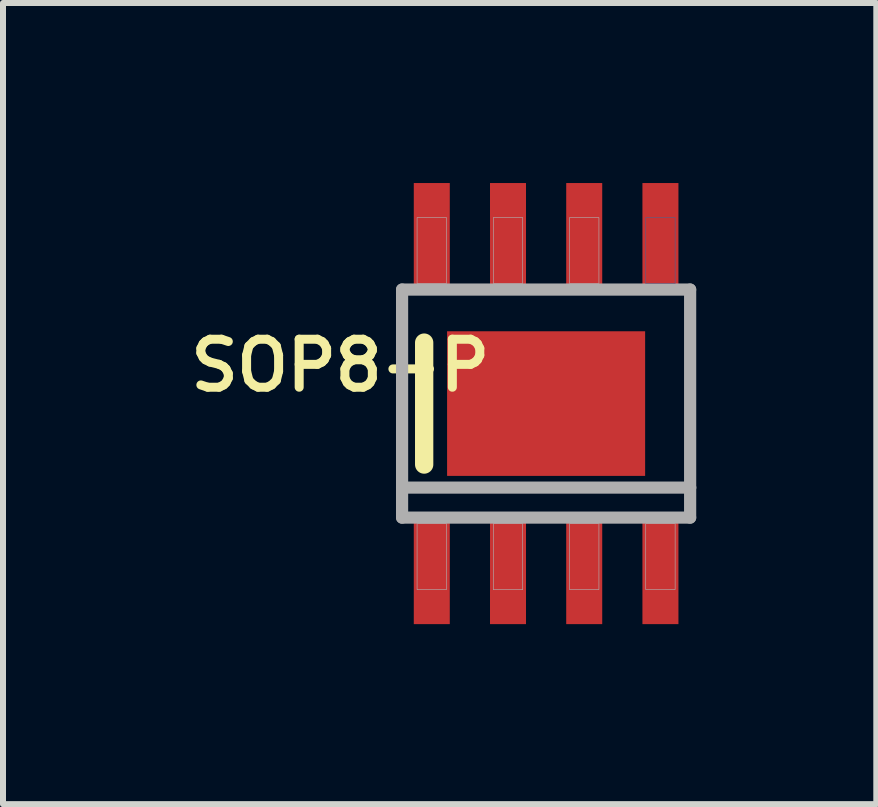
<source format=kicad_pcb>
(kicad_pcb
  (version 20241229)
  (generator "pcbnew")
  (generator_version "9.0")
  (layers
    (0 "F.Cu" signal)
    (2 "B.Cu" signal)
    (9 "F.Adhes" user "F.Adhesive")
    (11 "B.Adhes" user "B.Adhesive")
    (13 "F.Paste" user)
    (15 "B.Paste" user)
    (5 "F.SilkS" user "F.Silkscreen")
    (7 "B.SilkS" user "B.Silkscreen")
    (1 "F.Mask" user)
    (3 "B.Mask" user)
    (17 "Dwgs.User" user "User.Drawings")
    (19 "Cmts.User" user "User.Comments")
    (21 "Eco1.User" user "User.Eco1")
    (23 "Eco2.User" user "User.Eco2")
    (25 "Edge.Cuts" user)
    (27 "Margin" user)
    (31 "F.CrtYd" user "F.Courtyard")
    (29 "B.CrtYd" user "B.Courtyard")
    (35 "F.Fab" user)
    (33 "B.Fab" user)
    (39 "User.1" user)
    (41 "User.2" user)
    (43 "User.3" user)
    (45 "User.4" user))
  (footprint "SOP8-P"
    (layer "F.Cu")
    (at 6.05 3.675)
    (property "Reference" "SOP8-P" (at -3.429 -0.635 180) (layer "F.SilkS") (effects (font (size 0.8 0.8) (thickness 0.15))))
    (attr smd)
    (fp_line (start -2.032 1.016) (end -2.032 -1.016) (stroke (width 0.305) (type solid)) (layer "F.SilkS"))
    (fp_poly (pts (xy -0.3 -0.3) (xy 0.3 -0.3) (xy 0.3 0.3) (xy -0.3 0.3)) (stroke (width 0.01) (type solid)) (fill yes) (layer "F.Paste"))
    (fp_poly (pts (xy 1.66 -3.1) (xy 2.15 -3.1) (xy 2.15 -2) (xy 1.66 -2)) (stroke (width 0.01) (type solid)) (fill no) (layer "B.Fab"))
    (fp_line (start -2.4 -1.9) (end 2.4 -1.9) (stroke (width 0.203) (type solid)) (layer "F.Fab"))
    (fp_line (start -2.4 1.4) (end -2.4 -1.9) (stroke (width 0.203) (type solid)) (layer "F.Fab"))
    (fp_line (start -2.4 1.9) (end -2.4 1.4) (stroke (width 0.203) (type solid)) (layer "F.Fab"))
    (fp_line (start 2.4 -1.9) (end 2.4 1.4) (stroke (width 0.203) (type solid)) (layer "F.Fab"))
    (fp_line (start 2.4 1.4) (end -2.4 1.4) (stroke (width 0.203) (type solid)) (layer "F.Fab"))
    (fp_line (start 2.4 1.4) (end 2.4 1.9) (stroke (width 0.203) (type solid)) (layer "F.Fab"))
    (fp_line (start 2.4 1.9) (end -2.4 1.9) (stroke (width 0.203) (type solid)) (layer "F.Fab"))
    (fp_poly (pts (xy -2.15 -3.1) (xy -1.66 -3.1) (xy -1.66 -2) (xy -2.15 -2)) (stroke (width 0.01) (type solid)) (fill no) (layer "F.Fab"))
    (fp_poly (pts (xy -2.15 2) (xy -1.66 2) (xy -1.66 3.1) (xy -2.15 3.1)) (stroke (width 0.01) (type solid)) (fill no) (layer "F.Fab"))
    (fp_poly (pts (xy -0.88 -3.1) (xy -0.39 -3.1) (xy -0.39 -2) (xy -0.88 -2)) (stroke (width 0.01) (type solid)) (fill no) (layer "F.Fab"))
    (fp_poly (pts (xy -0.88 2) (xy -0.39 2) (xy -0.39 3.1) (xy -0.88 3.1)) (stroke (width 0.01) (type solid)) (fill no) (layer "F.Fab"))
    (fp_poly (pts (xy 0.39 -3.1) (xy 0.88 -3.1) (xy 0.88 -2) (xy 0.39 -2)) (stroke (width 0.01) (type solid)) (fill no) (layer "F.Fab"))
    (fp_poly (pts (xy 0.39 2) (xy 0.88 2) (xy 0.88 3.1) (xy 0.39 3.1)) (stroke (width 0.01) (type solid)) (fill no) (layer "F.Fab"))
    (fp_poly (pts (xy 1.66 2) (xy 2.15 2) (xy 2.15 3.1) (xy 1.66 3.1)) (stroke (width 0.01) (type solid)) (fill no) (layer "F.Fab"))
    (pad "1" smd rect (at -1.905 2.8) (size 0.6 1.75) (layers "F.Cu" "F.Mask" "F.Paste"))
    (pad "2" smd rect (at -0.635 2.8) (size 0.6 1.75) (layers "F.Cu" "F.Mask" "F.Paste"))
    (pad "3" smd rect (at 0.635 2.8) (size 0.6 1.75) (layers "F.Cu" "F.Mask" "F.Paste"))
    (pad "4" smd rect (at 1.905 2.8) (size 0.6 1.75) (layers "F.Cu" "F.Mask" "F.Paste"))
    (pad "5" smd rect (at 1.905 -2.8) (size 0.6 1.75) (layers "F.Cu" "F.Mask" "F.Paste"))
    (pad "6" smd rect (at 0.635 -2.8) (size 0.6 1.75) (layers "F.Cu" "F.Mask" "F.Paste"))
    (pad "7" smd rect (at -0.635 -2.8) (size 0.6 1.75) (layers "F.Cu" "F.Mask" "F.Paste"))
    (pad "8" smd rect (at -1.905 -2.8) (size 0.6 1.75) (layers "F.Cu" "F.Mask" "F.Paste"))
    (pad "EXP" smd rect (at 0 0) (size 3.3 2.41) (layers "F.Cu" "F.Mask")))
  (gr_rect
    (start -3 -3)
    (end 11.552 10.35)
    (stroke (width 0.1) (type default))
    (fill no)
    (layer "Edge.Cuts")))
</source>
